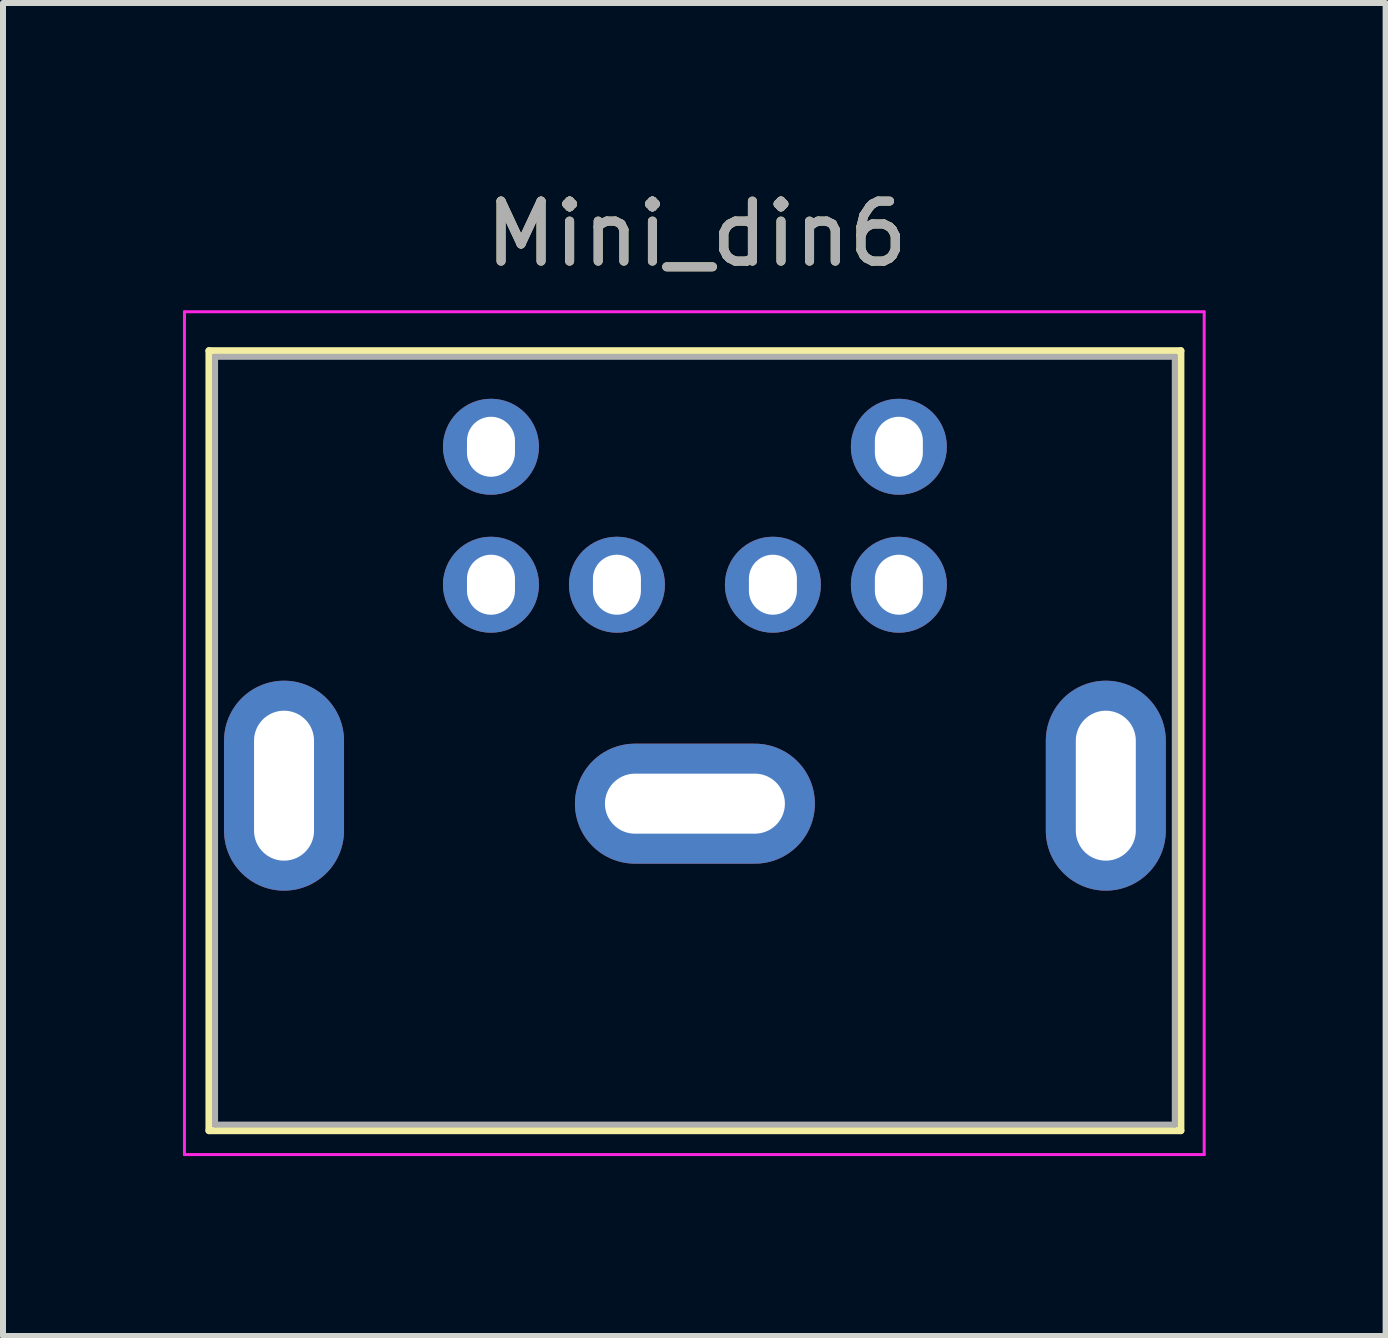
<source format=kicad_pcb>
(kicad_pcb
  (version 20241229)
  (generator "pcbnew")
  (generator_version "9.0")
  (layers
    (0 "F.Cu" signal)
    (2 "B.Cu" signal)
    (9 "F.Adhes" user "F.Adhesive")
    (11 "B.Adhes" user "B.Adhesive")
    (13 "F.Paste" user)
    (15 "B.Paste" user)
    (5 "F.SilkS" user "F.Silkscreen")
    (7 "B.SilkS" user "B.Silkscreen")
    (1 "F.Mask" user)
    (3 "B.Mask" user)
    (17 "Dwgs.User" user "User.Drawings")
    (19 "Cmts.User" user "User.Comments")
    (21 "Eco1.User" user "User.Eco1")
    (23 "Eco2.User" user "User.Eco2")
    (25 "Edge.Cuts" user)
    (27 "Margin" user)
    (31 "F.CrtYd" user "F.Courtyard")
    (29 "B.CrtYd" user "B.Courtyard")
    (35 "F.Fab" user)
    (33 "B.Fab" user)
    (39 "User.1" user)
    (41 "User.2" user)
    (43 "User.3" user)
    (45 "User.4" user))
  (footprint "Mini_din6"
    (layer "F.Cu")
    (at 9.835 7.198)
    (property "Reference" "Mini_din6" (at -1.27 -6.35 0) (layer "F.SilkS") (effects (font (size 1 1) (thickness 0.15))))
    (attr through_hole)
    (fp_line (start -9.4 -4.4) (end -9.4 8.6) (stroke (width 0.12) (type solid)) (layer "F.SilkS"))
    (fp_line (start -9.4 -4.4) (end 6.8 -4.4) (stroke (width 0.12) (type solid)) (layer "F.SilkS"))
    (fp_line (start -9.4 8.6) (end 6.8 8.6) (stroke (width 0.12) (type solid)) (layer "F.SilkS"))
    (fp_line (start 6.8 -4.4) (end 6.8 8.6) (stroke (width 0.12) (type solid)) (layer "F.SilkS"))
    (fp_line (start -9.81 -5.05) (end -9.81 9) (stroke (width 0.05) (type solid)) (layer "F.CrtYd"))
    (fp_line (start -9.81 -5.05) (end 7.19 -5.05) (stroke (width 0.05) (type solid)) (layer "F.CrtYd"))
    (fp_line (start 7.19 9) (end -9.81 9) (stroke (width 0.05) (type solid)) (layer "F.CrtYd"))
    (fp_line (start 7.19 9) (end 7.19 -5.05) (stroke (width 0.05) (type solid)) (layer "F.CrtYd"))
    (fp_line (start -9.3 -4.3) (end 6.7 -4.3) (stroke (width 0.1) (type solid)) (layer "F.Fab"))
    (fp_line (start -9.3 8.5) (end -9.3 -4.3) (stroke (width 0.1) (type solid)) (layer "F.Fab"))
    (fp_line (start 6.7 -4.3) (end 6.7 8.5) (stroke (width 0.1) (type solid)) (layer "F.Fab"))
    (fp_line (start 6.7 8.5) (end -9.3 8.5) (stroke (width 0.1) (type solid)) (layer "F.Fab"))
    (fp_text user "${REFERENCE}" (at -1.27 -6.35 0) (layer "F.Fab") (effects (font (size 1 1) (thickness 0.15))))
    (pad "1" thru_hole circle (at 0 -0.5) (size 1.6 1.6) (drill oval 0.8 1) (layers "*.Cu" "*.Mask"))
    (pad "2" thru_hole circle (at -2.6 -0.5) (size 1.6 1.6) (drill oval 0.8 1) (layers "*.Cu" "*.Mask"))
    (pad "3" thru_hole circle (at 2.1 -0.5) (size 1.6 1.6) (drill oval 0.8 1) (layers "*.Cu" "*.Mask"))
    (pad "4" thru_hole circle (at -4.7 -0.5) (size 1.6 1.6) (drill oval 0.8 1) (layers "*.Cu" "*.Mask"))
    (pad "5" thru_hole circle (at 2.1 -2.8) (size 1.6 1.6) (drill oval 0.8 1) (layers "*.Cu" "*.Mask"))
    (pad "6" thru_hole circle (at -4.7 -2.8) (size 1.6 1.6) (drill oval 0.8 1) (layers "*.Cu" "*.Mask"))
    (pad "7" thru_hole oval (at -8.15 2.85) (size 2 3.5) (drill oval 1 2.5) (layers "*.Cu" "*.Mask"))
    (pad "7" thru_hole oval (at -1.3 3.15) (size 4 2) (drill oval 3 1) (layers "*.Cu" "*.Mask"))
    (pad "7" thru_hole oval (at 5.55 2.85) (size 2 3.5) (drill oval 1 2.5) (layers "*.Cu" "*.Mask")))
  (gr_rect
    (start -3 -3)
    (end 20.05 19.223)
    (stroke (width 0.1) (type default))
    (fill no)
    (layer "Edge.Cuts")))
</source>
